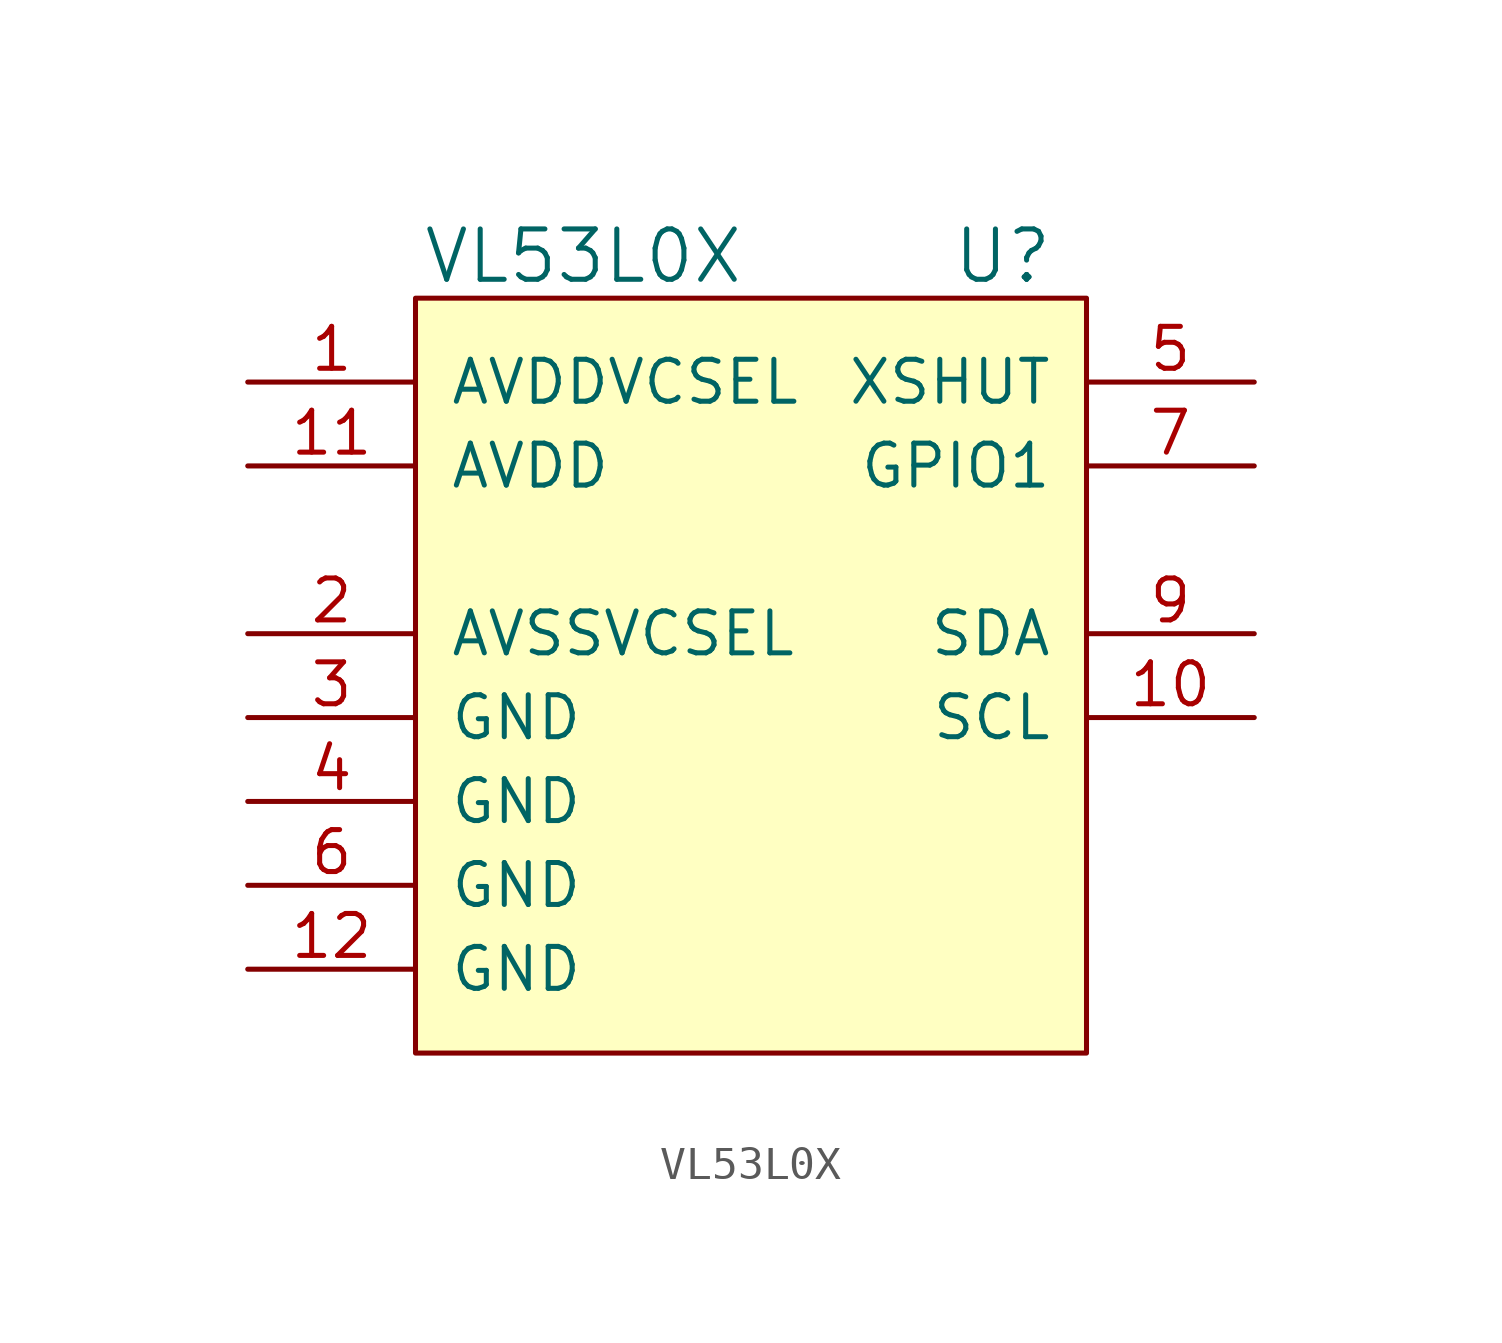
<source format=kicad_sym>
(kicad_symbol_lib
  (version 20220914)
  (generator kicad_symbol_editor)
  (symbol "VL53L0X"
    (pin_names
      (offset 1.016))
    (property "Reference" "U"
      (at 7.62 13.97 0)
      (effects (font (size 1.524 1.524))))
    (property "Value" "VL53L0X"
      (at -5.08 13.97 0)
      (effects (font (size 1.524 1.524))))
    (property "Footprint" ""
      (at 1.27 -1.27 0)
      (effects (font (size 1.524 1.524))))
    (property "Datasheet" ""
      (at 1.27 -1.27 0)
      (effects (font (size 1.524 1.524))))
    (symbol "VL53L0X_1_1"
      (rectangle (start -10.16 12.7) (end 10.16 -10.16) (stroke (width 0) (type solid)) (fill (type background)))
      (pin input line (at -15.24 10.16 0) (length 5.08) (name "AVDDVCSEL" (effects (font (size 1.27 1.27)))) (number "1" (effects (font (size 1.27 1.27)))))
      (pin input line (at 15.24 0 180) (length 5.08) (name "SCL" (effects (font (size 1.27 1.27)))) (number "10" (effects (font (size 1.27 1.27)))))
      (pin input line (at -15.24 7.62 0) (length 5.08) (name "AVDD" (effects (font (size 1.27 1.27)))) (number "11" (effects (font (size 1.27 1.27)))))
      (pin input line (at -15.24 -7.62 0) (length 5.08) (name "GND" (effects (font (size 1.27 1.27)))) (number "12" (effects (font (size 1.27 1.27)))))
      (pin input line (at -15.24 2.54 0) (length 5.08) (name "AVSSVCSEL" (effects (font (size 1.27 1.27)))) (number "2" (effects (font (size 1.27 1.27)))))
      (pin input line (at -15.24 0 0) (length 5.08) (name "GND" (effects (font (size 1.27 1.27)))) (number "3" (effects (font (size 1.27 1.27)))))
      (pin input line (at -15.24 -2.54 0) (length 5.08) (name "GND" (effects (font (size 1.27 1.27)))) (number "4" (effects (font (size 1.27 1.27)))))
      (pin input line (at 15.24 10.16 180) (length 5.08) (name "XSHUT" (effects (font (size 1.27 1.27)))) (number "5" (effects (font (size 1.27 1.27)))))
      (pin input line (at -15.24 -5.08 0) (length 5.08) (name "GND" (effects (font (size 1.27 1.27)))) (number "6" (effects (font (size 1.27 1.27)))))
      (pin input line (at 15.24 7.62 180) (length 5.08) (name "GPIO1" (effects (font (size 1.27 1.27)))) (number "7" (effects (font (size 1.27 1.27)))))
      (pin input line (at 15.24 -5.08 180) (length 5.08) hide (name "DNC" (effects (font (size 1.27 1.27)))) (number "8" (effects (font (size 1.27 1.27)))))
      (pin input line (at 15.24 2.54 180) (length 5.08) (name "SDA" (effects (font (size 1.27 1.27)))) (number "9" (effects (font (size 1.27 1.27))))))))
</source>
